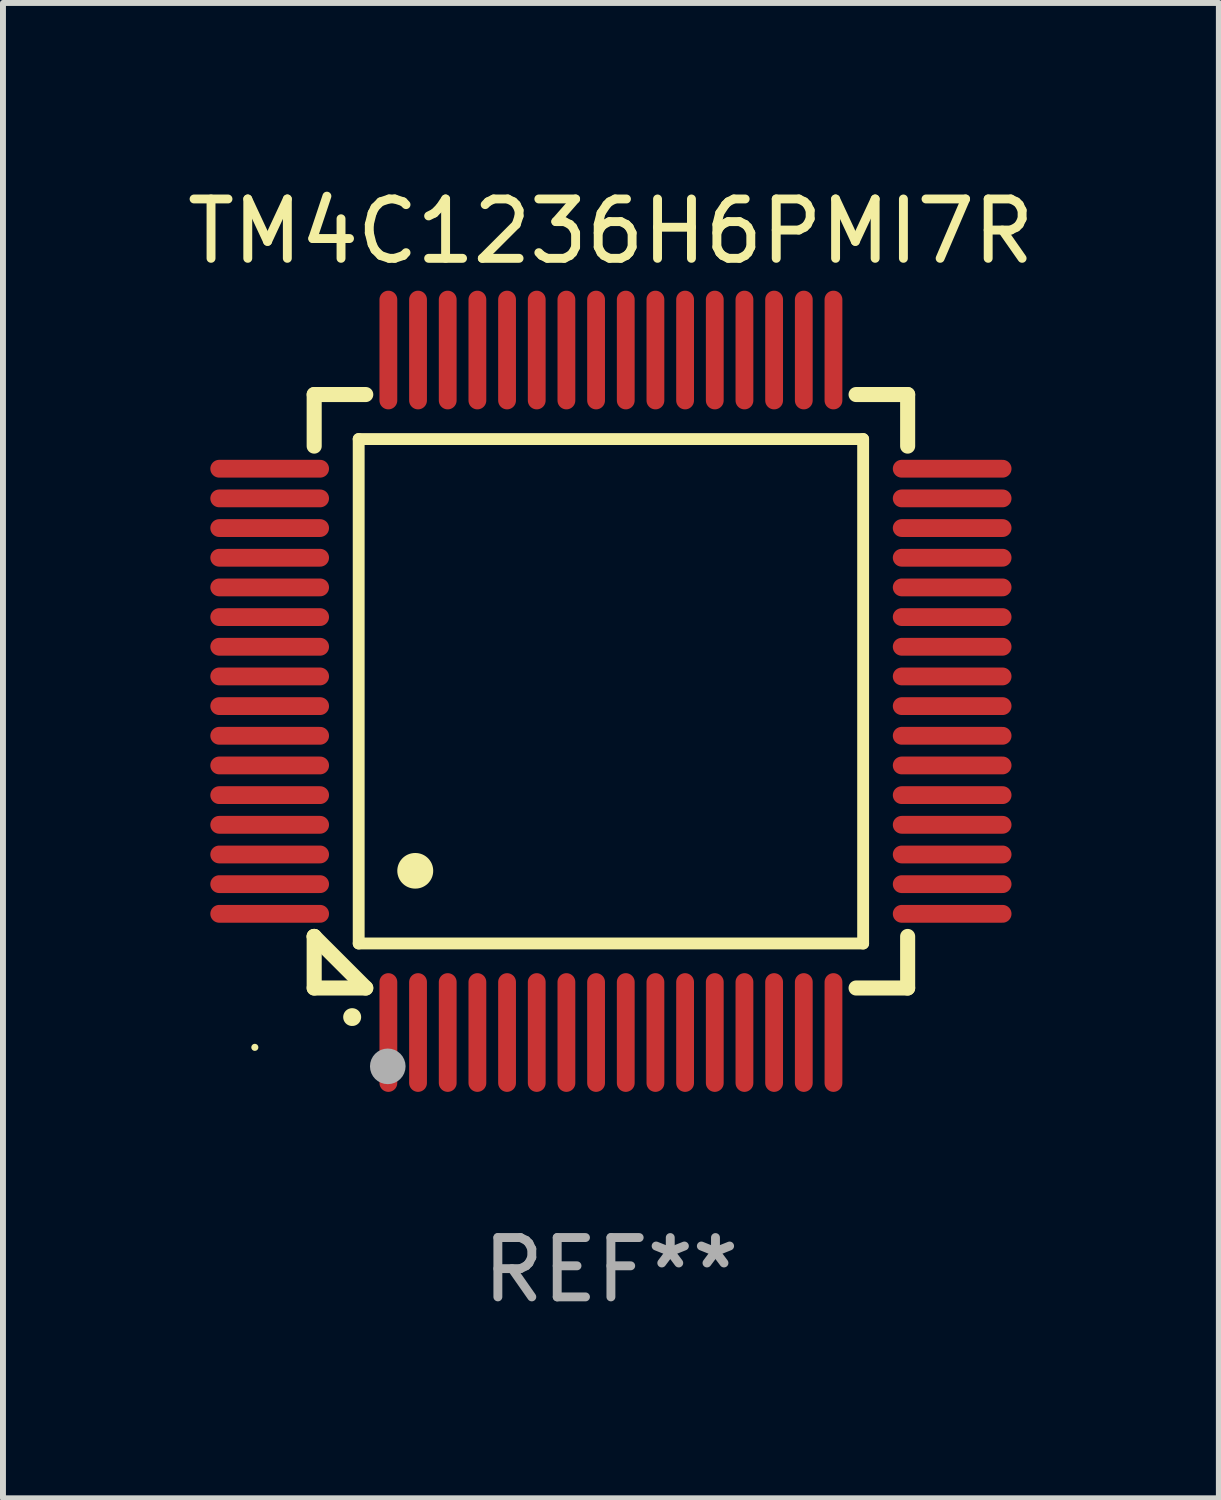
<source format=kicad_pcb>
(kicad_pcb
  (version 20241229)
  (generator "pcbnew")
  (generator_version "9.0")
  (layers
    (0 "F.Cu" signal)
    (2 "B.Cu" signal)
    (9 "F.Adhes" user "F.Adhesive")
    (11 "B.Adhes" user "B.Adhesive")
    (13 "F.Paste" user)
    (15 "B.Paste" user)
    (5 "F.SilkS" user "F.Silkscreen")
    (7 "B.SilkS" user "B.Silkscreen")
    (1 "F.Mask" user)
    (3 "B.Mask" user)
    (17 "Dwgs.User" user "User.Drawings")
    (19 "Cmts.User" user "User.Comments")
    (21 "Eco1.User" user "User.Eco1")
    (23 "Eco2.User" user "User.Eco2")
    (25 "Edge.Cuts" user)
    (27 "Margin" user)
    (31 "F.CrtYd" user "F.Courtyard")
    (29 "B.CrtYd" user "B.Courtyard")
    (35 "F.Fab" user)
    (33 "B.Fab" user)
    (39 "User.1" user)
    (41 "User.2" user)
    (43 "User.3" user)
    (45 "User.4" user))
  (footprint "TM4C1236H6PMI7R"
    (layer "F.Cu")
    (at 7.244 8.598)
    (property "Reference" "TM4C1236H6PMI7R" (at 0 -7.75 0) (layer "F.SilkS") (effects (font (size 1 1) (thickness 0.15))))
    (attr through_hole)
    (fp_line (start -5 -5) (end -4.131 -5) (stroke (width 0.254) (type solid)) (layer "F.SilkS"))
    (fp_line (start -5 -4.131) (end -5 -5) (stroke (width 0.254) (type solid)) (layer "F.SilkS"))
    (fp_line (start -5 4.131) (end -5 4.131) (stroke (width 0.254) (type solid)) (layer "F.SilkS"))
    (fp_line (start -5 5) (end -5 4.131) (stroke (width 0.254) (type solid)) (layer "F.SilkS"))
    (fp_line (start -5 4.131) (end -4.131 5) (stroke (width 0.254) (type solid)) (layer "F.SilkS"))
    (fp_line (start -4.25 -4.25) (end -4.25 4.25) (stroke (width 0.2) (type solid)) (layer "F.SilkS"))
    (fp_line (start -4.25 4.25) (end 4.25 4.25) (stroke (width 0.2) (type solid)) (layer "F.SilkS"))
    (fp_line (start -4.131 5) (end -5 5) (stroke (width 0.254) (type solid)) (layer "F.SilkS"))
    (fp_line (start 4.25 -4.25) (end -4.25 -4.25) (stroke (width 0.2) (type solid)) (layer "F.SilkS"))
    (fp_line (start 4.25 4.25) (end 4.25 -4.25) (stroke (width 0.2) (type solid)) (layer "F.SilkS"))
    (fp_line (start 5 -5) (end 4.131 -5) (stroke (width 0.254) (type solid)) (layer "F.SilkS"))
    (fp_line (start 5 -5) (end 5 -4.131) (stroke (width 0.254) (type solid)) (layer "F.SilkS"))
    (fp_line (start 5 4.131) (end 5 5) (stroke (width 0.254) (type solid)) (layer "F.SilkS"))
    (fp_line (start 5 5) (end 4.131 5) (stroke (width 0.254) (type solid)) (layer "F.SilkS"))
    (fp_arc (start -4.361265 5.489992) (mid -4.359995 5.489987) (end -4.358725 5.489992) (stroke (width 0.3) (type solid)) (layer "F.SilkS"))
    (fp_arc (start -3.299467 3.025146) (mid -3.296927 3.025135) (end -3.294387 3.025146) (stroke (width 0.6) (type solid)) (layer "F.SilkS"))
    (fp_circle (center -6 6) (end -5.97 6) (stroke (width 0.06) (type solid)) (fill no) (layer "F.SilkS"))
    (fp_circle (center -3.76 6.32) (end -3.61 6.32) (stroke (width 0.3) (type solid)) (fill no) (layer "F.Fab"))
    (fp_text user "REF**" (at 0 9.75 0) (layer "F.Fab") (effects (font (size 1 1) (thickness 0.15))))
    (pad "1" smd oval (at -3.75 5.75) (size 0.3 2) (layers "F.Cu" "F.Mask" "F.Paste"))
    (pad "2" smd oval (at -3.25 5.75) (size 0.3 2) (layers "F.Cu" "F.Mask" "F.Paste"))
    (pad "3" smd oval (at -2.75 5.75) (size 0.3 2) (layers "F.Cu" "F.Mask" "F.Paste"))
    (pad "4" smd oval (at -2.25 5.75) (size 0.3 2) (layers "F.Cu" "F.Mask" "F.Paste"))
    (pad "5" smd oval (at -1.75 5.75) (size 0.3 2) (layers "F.Cu" "F.Mask" "F.Paste"))
    (pad "6" smd oval (at -1.25 5.75) (size 0.3 2) (layers "F.Cu" "F.Mask" "F.Paste"))
    (pad "7" smd oval (at -0.75 5.75) (size 0.3 2) (layers "F.Cu" "F.Mask" "F.Paste"))
    (pad "8" smd oval (at -0.25 5.75) (size 0.3 2) (layers "F.Cu" "F.Mask" "F.Paste"))
    (pad "9" smd oval (at 0.25 5.75) (size 0.3 2) (layers "F.Cu" "F.Mask" "F.Paste"))
    (pad "10" smd oval (at 0.75 5.75) (size 0.3 2) (layers "F.Cu" "F.Mask" "F.Paste"))
    (pad "11" smd oval (at 1.25 5.75) (size 0.3 2) (layers "F.Cu" "F.Mask" "F.Paste"))
    (pad "12" smd oval (at 1.75 5.75) (size 0.3 2) (layers "F.Cu" "F.Mask" "F.Paste"))
    (pad "13" smd oval (at 2.25 5.75) (size 0.3 2) (layers "F.Cu" "F.Mask" "F.Paste"))
    (pad "14" smd oval (at 2.75 5.75) (size 0.3 2) (layers "F.Cu" "F.Mask" "F.Paste"))
    (pad "15" smd oval (at 3.25 5.75) (size 0.3 2) (layers "F.Cu" "F.Mask" "F.Paste"))
    (pad "16" smd oval (at 3.75 5.75) (size 0.3 2) (layers "F.Cu" "F.Mask" "F.Paste"))
    (pad "17" smd oval (at 5.75 3.75) (size 2 0.3) (layers "F.Cu" "F.Mask" "F.Paste"))
    (pad "18" smd oval (at 5.75 3.25) (size 2 0.3) (layers "F.Cu" "F.Mask" "F.Paste"))
    (pad "19" smd oval (at 5.75 2.75) (size 2 0.3) (layers "F.Cu" "F.Mask" "F.Paste"))
    (pad "20" smd oval (at 5.75 2.25) (size 2 0.3) (layers "F.Cu" "F.Mask" "F.Paste"))
    (pad "21" smd oval (at 5.75 1.75) (size 2 0.3) (layers "F.Cu" "F.Mask" "F.Paste"))
    (pad "22" smd oval (at 5.75 1.25) (size 2 0.3) (layers "F.Cu" "F.Mask" "F.Paste"))
    (pad "23" smd oval (at 5.75 0.75) (size 2 0.3) (layers "F.Cu" "F.Mask" "F.Paste"))
    (pad "24" smd oval (at 5.75 0.25) (size 2 0.3) (layers "F.Cu" "F.Mask" "F.Paste"))
    (pad "25" smd oval (at 5.75 -0.25) (size 2 0.3) (layers "F.Cu" "F.Mask" "F.Paste"))
    (pad "26" smd oval (at 5.75 -0.75) (size 2 0.3) (layers "F.Cu" "F.Mask" "F.Paste"))
    (pad "27" smd oval (at 5.75 -1.25) (size 2 0.3) (layers "F.Cu" "F.Mask" "F.Paste"))
    (pad "28" smd oval (at 5.75 -1.75) (size 2 0.3) (layers "F.Cu" "F.Mask" "F.Paste"))
    (pad "29" smd oval (at 5.75 -2.25) (size 2 0.3) (layers "F.Cu" "F.Mask" "F.Paste"))
    (pad "30" smd oval (at 5.75 -2.75) (size 2 0.3) (layers "F.Cu" "F.Mask" "F.Paste"))
    (pad "31" smd oval (at 5.75 -3.25) (size 2 0.3) (layers "F.Cu" "F.Mask" "F.Paste"))
    (pad "32" smd oval (at 5.75 -3.75) (size 2 0.3) (layers "F.Cu" "F.Mask" "F.Paste"))
    (pad "33" smd oval (at 3.75 -5.75) (size 0.3 2) (layers "F.Cu" "F.Mask" "F.Paste"))
    (pad "34" smd oval (at 3.25 -5.75) (size 0.3 2) (layers "F.Cu" "F.Mask" "F.Paste"))
    (pad "35" smd oval (at 2.75 -5.75) (size 0.3 2) (layers "F.Cu" "F.Mask" "F.Paste"))
    (pad "36" smd oval (at 2.25 -5.75) (size 0.3 2) (layers "F.Cu" "F.Mask" "F.Paste"))
    (pad "37" smd oval (at 1.75 -5.75) (size 0.3 2) (layers "F.Cu" "F.Mask" "F.Paste"))
    (pad "38" smd oval (at 1.25 -5.75) (size 0.3 2) (layers "F.Cu" "F.Mask" "F.Paste"))
    (pad "39" smd oval (at 0.75 -5.75) (size 0.3 2) (layers "F.Cu" "F.Mask" "F.Paste"))
    (pad "40" smd oval (at 0.25 -5.75) (size 0.3 2) (layers "F.Cu" "F.Mask" "F.Paste"))
    (pad "41" smd oval (at -0.25 -5.75) (size 0.3 2) (layers "F.Cu" "F.Mask" "F.Paste"))
    (pad "42" smd oval (at -0.75 -5.75) (size 0.3 2) (layers "F.Cu" "F.Mask" "F.Paste"))
    (pad "43" smd oval (at -1.25 -5.75) (size 0.3 2) (layers "F.Cu" "F.Mask" "F.Paste"))
    (pad "44" smd oval (at -1.75 -5.75) (size 0.3 2) (layers "F.Cu" "F.Mask" "F.Paste"))
    (pad "45" smd oval (at -2.25 -5.75) (size 0.3 2) (layers "F.Cu" "F.Mask" "F.Paste"))
    (pad "46" smd oval (at -2.75 -5.75) (size 0.3 2) (layers "F.Cu" "F.Mask" "F.Paste"))
    (pad "47" smd oval (at -3.25 -5.75) (size 0.3 2) (layers "F.Cu" "F.Mask" "F.Paste"))
    (pad "48" smd oval (at -3.75 -5.75) (size 0.3 2) (layers "F.Cu" "F.Mask" "F.Paste"))
    (pad "49" smd oval (at -5.75 -3.75) (size 2 0.3) (layers "F.Cu" "F.Mask" "F.Paste"))
    (pad "50" smd oval (at -5.75 -3.25) (size 2 0.3) (layers "F.Cu" "F.Mask" "F.Paste"))
    (pad "51" smd oval (at -5.75 -2.75) (size 2 0.3) (layers "F.Cu" "F.Mask" "F.Paste"))
    (pad "52" smd oval (at -5.75 -2.25) (size 2 0.3) (layers "F.Cu" "F.Mask" "F.Paste"))
    (pad "53" smd oval (at -5.75 -1.75) (size 2 0.3) (layers "F.Cu" "F.Mask" "F.Paste"))
    (pad "54" smd oval (at -5.75 -1.25) (size 2 0.3) (layers "F.Cu" "F.Mask" "F.Paste"))
    (pad "55" smd oval (at -5.75 -0.75) (size 2 0.3) (layers "F.Cu" "F.Mask" "F.Paste"))
    (pad "56" smd oval (at -5.75 -0.25) (size 2 0.3) (layers "F.Cu" "F.Mask" "F.Paste"))
    (pad "57" smd oval (at -5.75 0.25) (size 2 0.3) (layers "F.Cu" "F.Mask" "F.Paste"))
    (pad "58" smd oval (at -5.75 0.75) (size 2 0.3) (layers "F.Cu" "F.Mask" "F.Paste"))
    (pad "59" smd oval (at -5.75 1.25) (size 2 0.3) (layers "F.Cu" "F.Mask" "F.Paste"))
    (pad "60" smd oval (at -5.75 1.75) (size 2 0.3) (layers "F.Cu" "F.Mask" "F.Paste"))
    (pad "61" smd oval (at -5.75 2.25) (size 2 0.3) (layers "F.Cu" "F.Mask" "F.Paste"))
    (pad "62" smd oval (at -5.75 2.75) (size 2 0.3) (layers "F.Cu" "F.Mask" "F.Paste"))
    (pad "63" smd oval (at -5.75 3.25) (size 2 0.3) (layers "F.Cu" "F.Mask" "F.Paste"))
    (pad "64" smd oval (at -5.75 3.75) (size 2 0.3) (layers "F.Cu" "F.Mask" "F.Paste")))
  (gr_rect
    (start -3 -3)
    (end 17.488 22.196)
    (stroke (width 0.1) (type default))
    (fill no)
    (layer "Edge.Cuts")))
</source>
